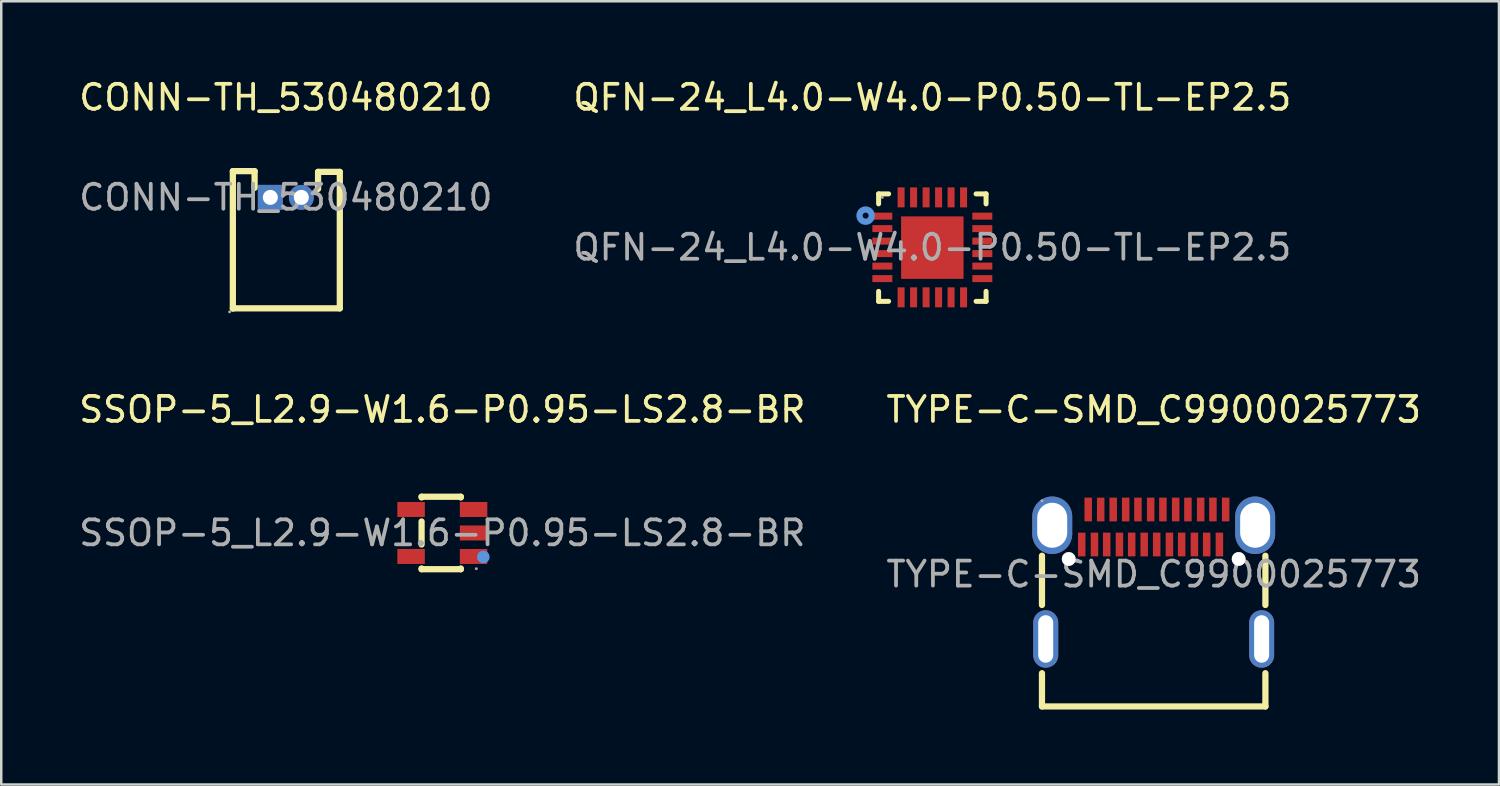
<source format=kicad_pcb>
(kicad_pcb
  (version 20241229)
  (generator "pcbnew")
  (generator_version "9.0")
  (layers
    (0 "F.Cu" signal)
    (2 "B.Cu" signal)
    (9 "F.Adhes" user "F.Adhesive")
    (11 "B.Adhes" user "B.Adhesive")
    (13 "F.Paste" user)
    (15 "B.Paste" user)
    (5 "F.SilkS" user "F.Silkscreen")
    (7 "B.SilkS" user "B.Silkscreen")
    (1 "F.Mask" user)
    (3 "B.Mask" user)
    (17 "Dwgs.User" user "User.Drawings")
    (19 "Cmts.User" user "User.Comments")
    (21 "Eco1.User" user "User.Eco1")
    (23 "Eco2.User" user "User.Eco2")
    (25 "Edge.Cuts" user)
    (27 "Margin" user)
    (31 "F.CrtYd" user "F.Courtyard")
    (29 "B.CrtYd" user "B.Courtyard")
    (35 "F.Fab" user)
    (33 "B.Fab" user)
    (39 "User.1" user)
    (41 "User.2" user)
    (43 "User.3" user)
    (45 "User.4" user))
  (footprint "SSOP-5_L2.9-W1.6-P0.95-LS2.8-BR"
    (layer "F.Cu")
    (at 14.649 18.276)
    (property "Reference" "SSOP-5_L2.9-W1.6-P0.95-LS2.8-BR" (at 0 -4.94 0) (layer "F.SilkS") (effects (font (size 1 1) (thickness 0.15))))
    (attr smd)
    (fp_line (start -0.83 -1.45) (end 0.74 -1.45) (stroke (width 0.25) (type solid)) (layer "F.SilkS"))
    (fp_line (start -0.83 -1.42) (end -0.83 -1.45) (stroke (width 0.25) (type solid)) (layer "F.SilkS"))
    (fp_line (start -0.83 0.46) (end -0.83 -0.46) (stroke (width 0.25) (type solid)) (layer "F.SilkS"))
    (fp_line (start -0.83 1.45) (end -0.83 1.42) (stroke (width 0.25) (type solid)) (layer "F.SilkS"))
    (fp_line (start 0.74 -1.42) (end 0.74 -1.45) (stroke (width 0.25) (type solid)) (layer "F.SilkS"))
    (fp_line (start 0.74 1.45) (end -0.83 1.45) (stroke (width 0.25) (type solid)) (layer "F.SilkS"))
    (fp_line (start 0.74 1.45) (end 0.74 1.42) (stroke (width 0.25) (type solid)) (layer "F.SilkS"))
    (fp_circle (center 1.64 0.96) (end 1.77 0.96) (stroke (width 0.25) (type solid)) (fill no) (layer "Cmts.User"))
    (fp_circle (center 1.36 1.43) (end 1.39 1.43) (stroke (width 0.06) (type solid)) (fill no) (layer "F.Fab"))
    (fp_text user "${REFERENCE}" (at 0 0 0) (layer "F.Fab") (effects (font (size 1 1) (thickness 0.15))))
    (pad "1" smd rect (at 1.25 0.94 270) (size 0.6 1.1) (layers "F.Cu" "F.Mask" "F.Paste"))
    (pad "2" smd rect (at 1.25 0 270) (size 0.6 1.1) (layers "F.Cu" "F.Mask" "F.Paste"))
    (pad "3" smd rect (at 1.25 -0.94 270) (size 0.6 1.1) (layers "F.Cu" "F.Mask" "F.Paste"))
    (pad "4" smd rect (at -1.25 -0.94 270) (size 0.6 1.1) (layers "F.Cu" "F.Mask" "F.Paste"))
    (pad "5" smd rect (at -1.25 0.94 270) (size 0.6 1.1) (layers "F.Cu" "F.Mask" "F.Paste")))
  (footprint "QFN-24_L4.0-W4.0-P0.50-TL-EP2.5"
    (layer "F.Cu")
    (at 34.256 6.848)
    (property "Reference" "QFN-24_L4.0-W4.0-P0.50-TL-EP2.5" (at 0 -6 0) (layer "F.SilkS") (effects (font (size 1 1) (thickness 0.15))))
    (attr smd)
    (fp_line (start -2.15 -2.14) (end -1.75 -2.14) (stroke (width 0.2) (type solid)) (layer "F.SilkS"))
    (fp_line (start -2.15 -1.74) (end -2.15 -2.14) (stroke (width 0.2) (type solid)) (layer "F.SilkS"))
    (fp_line (start -2.15 2.16) (end -2.15 1.76) (stroke (width 0.2) (type solid)) (layer "F.SilkS"))
    (fp_line (start -1.75 2.16) (end -2.15 2.16) (stroke (width 0.2) (type solid)) (layer "F.SilkS"))
    (fp_line (start 1.75 -2.14) (end 2.15 -2.14) (stroke (width 0.2) (type solid)) (layer "F.SilkS"))
    (fp_line (start 1.75 2.16) (end 2.15 2.16) (stroke (width 0.2) (type solid)) (layer "F.SilkS"))
    (fp_line (start 2.15 -2.14) (end 2.15 -1.74) (stroke (width 0.2) (type solid)) (layer "F.SilkS"))
    (fp_line (start 2.15 2.16) (end 2.15 1.76) (stroke (width 0.2) (type solid)) (layer "F.SilkS"))
    (fp_circle (center -2.67 -1.27) (end -2.55 -1.27) (stroke (width 0.25) (type solid)) (fill no) (layer "Cmts.User"))
    (fp_circle (center -2 -2) (end -1.97 -2) (stroke (width 0.06) (type solid)) (fill no) (layer "F.Fab"))
    (fp_text user "${REFERENCE}" (at 0 0 0) (layer "F.Fab") (effects (font (size 1 1) (thickness 0.15))))
    (pad "1" smd rect (at -2 -1.25) (size 0.8 0.28) (layers "F.Cu" "F.Mask" "F.Paste"))
    (pad "2" smd rect (at -2 -0.75) (size 0.8 0.28) (layers "F.Cu" "F.Mask" "F.Paste"))
    (pad "3" smd rect (at -2 -0.25) (size 0.8 0.28) (layers "F.Cu" "F.Mask" "F.Paste"))
    (pad "4" smd rect (at -2 0.25) (size 0.8 0.28) (layers "F.Cu" "F.Mask" "F.Paste"))
    (pad "5" smd rect (at -2 0.75) (size 0.8 0.28) (layers "F.Cu" "F.Mask" "F.Paste"))
    (pad "6" smd rect (at -2 1.25) (size 0.8 0.28) (layers "F.Cu" "F.Mask" "F.Paste"))
    (pad "7" smd rect (at -1.25 2) (size 0.28 0.8) (layers "F.Cu" "F.Mask" "F.Paste"))
    (pad "8" smd rect (at -0.75 2) (size 0.28 0.8) (layers "F.Cu" "F.Mask" "F.Paste"))
    (pad "9" smd rect (at -0.25 2) (size 0.28 0.8) (layers "F.Cu" "F.Mask" "F.Paste"))
    (pad "10" smd rect (at 0.25 2) (size 0.28 0.8) (layers "F.Cu" "F.Mask" "F.Paste"))
    (pad "11" smd rect (at 0.75 2) (size 0.28 0.8) (layers "F.Cu" "F.Mask" "F.Paste"))
    (pad "12" smd rect (at 1.25 2) (size 0.28 0.8) (layers "F.Cu" "F.Mask" "F.Paste"))
    (pad "13" smd rect (at 2 1.25) (size 0.8 0.28) (layers "F.Cu" "F.Mask" "F.Paste"))
    (pad "14" smd rect (at 2 0.75) (size 0.8 0.28) (layers "F.Cu" "F.Mask" "F.Paste"))
    (pad "15" smd rect (at 2 0.25) (size 0.8 0.28) (layers "F.Cu" "F.Mask" "F.Paste"))
    (pad "16" smd rect (at 2 -0.25) (size 0.8 0.28) (layers "F.Cu" "F.Mask" "F.Paste"))
    (pad "17" smd rect (at 2 -0.75) (size 0.8 0.28) (layers "F.Cu" "F.Mask" "F.Paste"))
    (pad "18" smd rect (at 2 -1.25) (size 0.8 0.28) (layers "F.Cu" "F.Mask" "F.Paste"))
    (pad "19" smd rect (at 1.25 -2) (size 0.28 0.8) (layers "F.Cu" "F.Mask" "F.Paste"))
    (pad "20" smd rect (at 0.75 -2) (size 0.28 0.8) (layers "F.Cu" "F.Mask" "F.Paste"))
    (pad "21" smd rect (at 0.25 -2) (size 0.28 0.8) (layers "F.Cu" "F.Mask" "F.Paste"))
    (pad "22" smd rect (at -0.25 -2) (size 0.28 0.8) (layers "F.Cu" "F.Mask" "F.Paste"))
    (pad "23" smd rect (at -0.75 -2) (size 0.28 0.8) (layers "F.Cu" "F.Mask" "F.Paste"))
    (pad "24" smd rect (at -1.25 -2) (size 0.28 0.8) (layers "F.Cu" "F.Mask" "F.Paste"))
    (pad "25" smd rect (at 0 0.01) (size 2.5 2.5) (layers "F.Cu" "F.Mask" "F.Paste")))
  (footprint "TYPE-C-SMD_C9900025773"
    (layer "F.Cu")
    (at 43.113 19.927)
    (property "Reference" "TYPE-C-SMD_C9900025773" (at 0 -6.59 0) (layer "F.SilkS") (effects (font (size 1 1) (thickness 0.15))))
    (attr smd)
    (fp_line (start -4.47 -0.74) (end -4.47 1.23) (stroke (width 0.25) (type solid)) (layer "F.SilkS"))
    (fp_line (start -4.47 3.96) (end -4.47 5.29) (stroke (width 0.25) (type solid)) (layer "F.SilkS"))
    (fp_line (start -4.47 5.29) (end 4.47 5.29) (stroke (width 0.25) (type solid)) (layer "F.SilkS"))
    (fp_line (start 4.47 1.23) (end 4.47 -0.74) (stroke (width 0.25) (type solid)) (layer "F.SilkS"))
    (fp_line (start 4.47 5.29) (end 4.47 3.96) (stroke (width 0.25) (type solid)) (layer "F.SilkS"))
    (fp_circle (center -3.4 -0.61) (end -3.28 -0.61) (stroke (width 0.23) (type solid)) (fill no) (layer "Cmts.User"))
    (fp_circle (center 3.4 -0.61) (end 3.52 -0.61) (stroke (width 0.23) (type solid)) (fill no) (layer "Cmts.User"))
    (fp_circle (center -4.47 -2.94) (end -4.44 -2.94) (stroke (width 0.06) (type solid)) (fill no) (layer "F.Fab"))
    (fp_text user "${REFERENCE}" (at 0 0 0) (layer "F.Fab") (effects (font (size 1 1) (thickness 0.15))))
    (pad "" thru_hole circle (at -3.4 -0.61) (size 0.55 0.55) (drill 0.55) (layers "*.Cu" "*.Mask"))
    (pad "" thru_hole circle (at 3.4 -0.61) (size 0.55 0.55) (drill 0.55) (layers "*.Cu" "*.Mask"))
    (pad "15" thru_hole oval (at -4.32 2.59) (size 1 2.3) (drill oval 0.6 1.9) (layers "*.Cu" "*.Mask"))
    (pad "16" thru_hole oval (at 4.32 2.59) (size 1 2.3) (drill oval 0.6 1.9) (layers "*.Cu" "*.Mask"))
    (pad "17" thru_hole oval (at 4.06 -1.96) (size 1.6 2.3) (drill oval 1.2 1.8) (layers "*.Cu" "*.Mask"))
    (pad "18" thru_hole oval (at -4.06 -1.96) (size 1.6 2.3) (drill oval 1.2 1.8) (layers "*.Cu" "*.Mask"))
    (pad "A1" smd rect (at -2.62 -2.59) (size 0.3 0.95) (layers "F.Cu" "F.Mask" "F.Paste"))
    (pad "A2" smd rect (at -2.12 -2.59) (size 0.3 0.95) (layers "F.Cu" "F.Mask" "F.Paste"))
    (pad "A3" smd rect (at -1.62 -2.59) (size 0.3 0.95) (layers "F.Cu" "F.Mask" "F.Paste"))
    (pad "A4" smd rect (at -1.12 -2.59) (size 0.3 0.95) (layers "F.Cu" "F.Mask" "F.Paste"))
    (pad "A5" smd rect (at -0.63 -2.59) (size 0.3 0.95) (layers "F.Cu" "F.Mask" "F.Paste"))
    (pad "A6" smd rect (at -0.12 -2.59) (size 0.3 0.95) (layers "F.Cu" "F.Mask" "F.Paste"))
    (pad "A7" smd rect (at 0.37 -2.59) (size 0.3 0.95) (layers "F.Cu" "F.Mask" "F.Paste"))
    (pad "A8" smd rect (at 0.88 -2.59) (size 0.3 0.95) (layers "F.Cu" "F.Mask" "F.Paste"))
    (pad "A9" smd rect (at 1.37 -2.59) (size 0.3 0.95) (layers "F.Cu" "F.Mask" "F.Paste"))
    (pad "A10" smd rect (at 1.88 -2.59) (size 0.3 0.95) (layers "F.Cu" "F.Mask" "F.Paste"))
    (pad "A11" smd rect (at 2.37 -2.59) (size 0.3 0.95) (layers "F.Cu" "F.Mask" "F.Paste"))
    (pad "A12" smd rect (at 2.88 -2.59) (size 0.3 0.95) (layers "F.Cu" "F.Mask" "F.Paste"))
    (pad "B1" smd rect (at 2.63 -1.19) (size 0.3 0.95) (layers "F.Cu" "F.Mask" "F.Paste"))
    (pad "B2" smd rect (at 2.12 -1.19) (size 0.3 0.95) (layers "F.Cu" "F.Mask" "F.Paste"))
    (pad "B3" smd rect (at 1.63 -1.19) (size 0.3 0.95) (layers "F.Cu" "F.Mask" "F.Paste"))
    (pad "B4" smd rect (at 1.12 -1.19) (size 0.3 0.95) (layers "F.Cu" "F.Mask" "F.Paste"))
    (pad "B5" smd rect (at 0.63 -1.19) (size 0.3 0.95) (layers "F.Cu" "F.Mask" "F.Paste"))
    (pad "B6" smd rect (at 0.12 -1.19) (size 0.3 0.95) (layers "F.Cu" "F.Mask" "F.Paste"))
    (pad "B7" smd rect (at -0.38 -1.19) (size 0.3 0.95) (layers "F.Cu" "F.Mask" "F.Paste"))
    (pad "B8" smd rect (at -0.88 -1.19) (size 0.3 0.95) (layers "F.Cu" "F.Mask" "F.Paste"))
    (pad "B9" smd rect (at -1.37 -1.19) (size 0.3 0.95) (layers "F.Cu" "F.Mask" "F.Paste"))
    (pad "B10" smd rect (at -1.88 -1.19) (size 0.3 0.95) (layers "F.Cu" "F.Mask" "F.Paste"))
    (pad "B11" smd rect (at -2.37 -1.19) (size 0.3 0.95) (layers "F.Cu" "F.Mask" "F.Paste"))
    (pad "B12" smd rect (at -2.88 -1.19) (size 0.3 0.95) (layers "F.Cu" "F.Mask" "F.Paste")))
  (footprint "CONN-TH_530480210"
    (layer "F.Cu")
    (at 8.387 4.848)
    (property "Reference" "CONN-TH_530480210" (at 0 -4 0) (layer "F.SilkS") (effects (font (size 1 1) (thickness 0.15))))
    (attr through_hole)
    (fp_line (start -2.12 -1.05) (end -2.12 4.45) (stroke (width 0.25) (type solid)) (layer "F.SilkS"))
    (fp_line (start -2.12 -1.05) (end -1.25 -1.05) (stroke (width 0.25) (type solid)) (layer "F.SilkS"))
    (fp_line (start -1.25 -1.05) (end -1.25 -0.38) (stroke (width 0.25) (type solid)) (layer "F.SilkS"))
    (fp_line (start 1.29 -1.02) (end 1.29 -0.34) (stroke (width 0.25) (type solid)) (layer "F.SilkS"))
    (fp_line (start 2.16 -1.02) (end 1.29 -1.02) (stroke (width 0.25) (type solid)) (layer "F.SilkS"))
    (fp_line (start 2.16 -1.02) (end 2.16 4.44) (stroke (width 0.25) (type solid)) (layer "F.SilkS"))
    (fp_line (start 2.16 4.44) (end -2.12 4.44) (stroke (width 0.25) (type solid)) (layer "F.SilkS"))
    (fp_circle (center -2.25 4.58) (end -2.22 4.58) (stroke (width 0.06) (type solid)) (fill no) (layer "F.Fab"))
    (fp_circle (center -0.62 0) (end -0.52 0) (stroke (width 0.2) (type solid)) (fill no) (layer "F.Fab"))
    (fp_circle (center 0.62 0) (end 0.72 0) (stroke (width 0.2) (type solid)) (fill no) (layer "F.Fab"))
    (fp_text user "${REFERENCE}" (at 0 0 0) (layer "F.Fab") (effects (font (size 1 1) (thickness 0.15))))
    (pad "1" thru_hole rect (at -0.62 0) (size 1 1) (drill 0.6) (layers "*.Cu" "*.Mask"))
    (pad "2" thru_hole circle (at 0.62 0) (size 1 1) (drill 0.6) (layers "*.Cu" "*.Mask")))
  (gr_rect
    (start -3 -3)
    (end 56.929 28.341)
    (stroke (width 0.1) (type default))
    (fill no)
    (layer "Edge.Cuts")))
</source>
